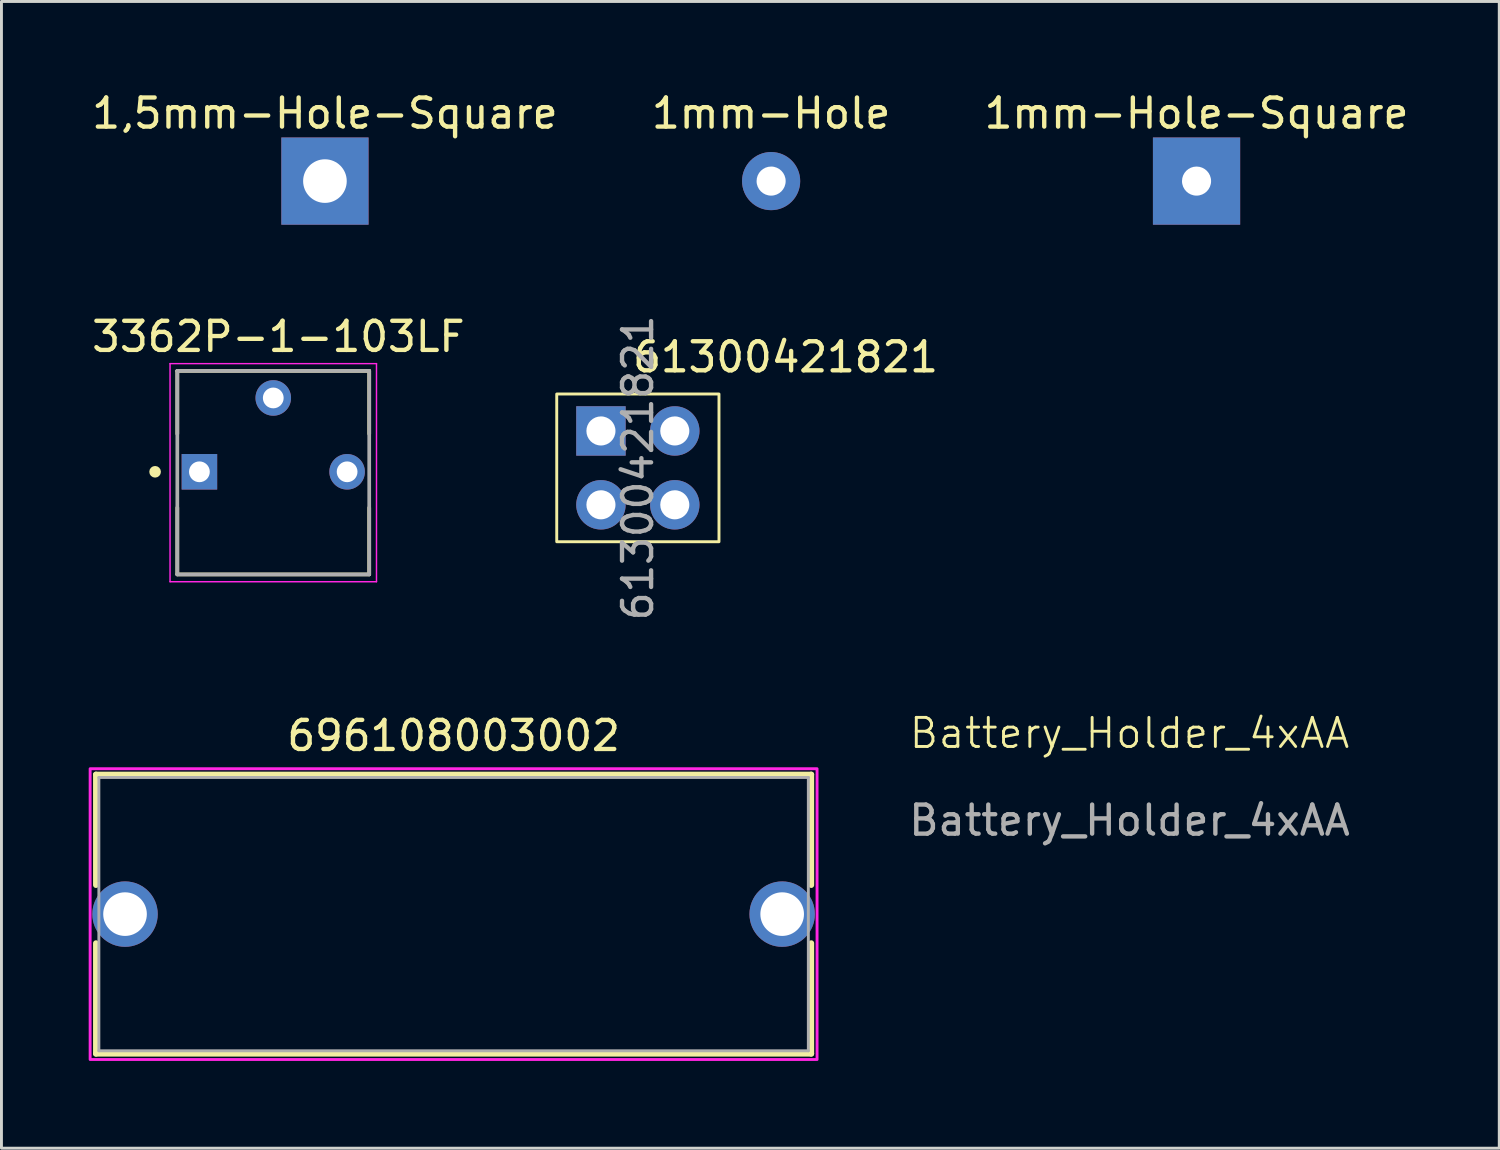
<source format=kicad_pcb>
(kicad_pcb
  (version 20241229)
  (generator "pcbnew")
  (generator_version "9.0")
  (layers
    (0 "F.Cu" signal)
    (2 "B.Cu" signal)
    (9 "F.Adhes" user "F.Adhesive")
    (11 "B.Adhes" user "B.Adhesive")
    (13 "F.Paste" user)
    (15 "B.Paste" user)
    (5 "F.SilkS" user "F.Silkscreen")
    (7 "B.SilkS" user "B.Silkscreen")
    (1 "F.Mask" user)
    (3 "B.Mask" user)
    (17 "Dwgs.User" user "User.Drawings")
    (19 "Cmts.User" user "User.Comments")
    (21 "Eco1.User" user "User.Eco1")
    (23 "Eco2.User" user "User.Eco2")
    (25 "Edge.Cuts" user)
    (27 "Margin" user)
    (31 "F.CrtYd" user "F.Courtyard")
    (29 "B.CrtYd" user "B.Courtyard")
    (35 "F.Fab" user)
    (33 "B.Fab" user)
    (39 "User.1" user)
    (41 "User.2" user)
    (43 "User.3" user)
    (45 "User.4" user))
  (footprint "1mm-Hole-Square"
    (layer "F.Cu")
    (at 38.101 3.178)
    (property "Reference" "1mm-Hole-Square" (at 0 -2.33 0) (layer "F.SilkS") (effects (font (size 1 1) (thickness 0.15))))
    (attr through_hole)
    (pad "1" thru_hole rect (at 0 0) (size 3 3) (drill 1) (layers "*.Cu" "*.Mask")))
  (footprint "3362P-1-103LF"
    (layer "F.Cu")
    (at 6.348 13.176)
    (property "Reference" "3362P-1-103LF" (at 0.175 -4.648 0) (layer "F.SilkS") (effects (font (size 1.003 1.003) (thickness 0.15))))
    (attr through_hole)
    (fp_line (start -3.3 -3.47) (end 3.3 -3.47) (stroke (width 0.127) (type solid)) (layer "F.SilkS"))
    (fp_line (start -3.3 -1.305) (end -3.3 -3.47) (stroke (width 0.127) (type solid)) (layer "F.SilkS"))
    (fp_line (start -3.3 3.52) (end -3.3 1.235) (stroke (width 0.127) (type solid)) (layer "F.SilkS"))
    (fp_line (start 3.3 -3.47) (end 3.3 -1.305) (stroke (width 0.127) (type solid)) (layer "F.SilkS"))
    (fp_line (start 3.3 1.235) (end 3.3 3.52) (stroke (width 0.127) (type solid)) (layer "F.SilkS"))
    (fp_line (start 3.3 3.53) (end -3.3 3.53) (stroke (width 0.127) (type solid)) (layer "F.SilkS"))
    (fp_circle (center -4.064 0) (end -3.964 0) (stroke (width 0.2) (type solid)) (fill no) (layer "F.SilkS"))
    (fp_line (start -3.55 -3.72) (end 3.55 -3.72) (stroke (width 0.05) (type solid)) (layer "F.CrtYd"))
    (fp_line (start -3.55 3.78) (end -3.55 -3.72) (stroke (width 0.05) (type solid)) (layer "F.CrtYd"))
    (fp_line (start 3.55 -3.72) (end 3.55 3.78) (stroke (width 0.05) (type solid)) (layer "F.CrtYd"))
    (fp_line (start 3.55 3.78) (end -3.55 3.78) (stroke (width 0.05) (type solid)) (layer "F.CrtYd"))
    (fp_line (start -3.3 -3.47) (end 3.3 -3.47) (stroke (width 0.127) (type solid)) (layer "F.Fab"))
    (fp_line (start -3.3 3.53) (end -3.3 -3.47) (stroke (width 0.127) (type solid)) (layer "F.Fab"))
    (fp_line (start 3.3 -3.47) (end 3.3 3.53) (stroke (width 0.127) (type solid)) (layer "F.Fab"))
    (fp_line (start 3.3 3.53) (end -3.3 3.53) (stroke (width 0.127) (type solid)) (layer "F.Fab"))
    (pad "1" thru_hole rect (at -2.54 0) (size 1.222 1.222) (drill 0.714) (layers "*.Cu" "*.Mask"))
    (pad "2" thru_hole circle (at 0 -2.54) (size 1.222 1.222) (drill 0.714) (layers "*.Cu" "*.Mask"))
    (pad "3" thru_hole circle (at 2.54 0) (size 1.222 1.222) (drill 0.714) (layers "*.Cu" "*.Mask")))
  (footprint "61300421821"
    (layer "F.Cu")
    (at 18.887 13.041)
    (property "Reference" "61300421821" (at 5.08 -3.81 0) (layer "F.SilkS") (effects (font (size 1 1) (thickness 0.15))))
    (attr through_hole)
    (fp_rect (start 2.79 2.54) (end -2.79 -2.54) (stroke (width 0.1) (type default)) (fill no) (layer "F.SilkS"))
    (fp_text user "${REFERENCE}" (at 0 0 90) (layer "F.Fab") (effects (font (size 1 1) (thickness 0.15))))
    (pad "1" thru_hole rect (at -1.27 -1.27) (size 1.7 1.7) (drill 1) (layers "*.Cu" "*.Mask"))
    (pad "2" thru_hole oval (at -1.27 1.27) (size 1.7 1.7) (drill 1) (layers "*.Cu" "*.Mask"))
    (pad "3" thru_hole oval (at 1.27 1.27) (size 1.7 1.7) (drill 1) (layers "*.Cu" "*.Mask"))
    (pad "4" thru_hole oval (at 1.27 -1.27) (size 1.7 1.7) (drill 1) (layers "*.Cu" "*.Mask")))
  (footprint "Battery_Holder_4xAA"
    (layer "F.Cu")
    (at 35.796 23.665)
    (property "Reference" "Battery_Holder_4xAA" (at 0 -1.5 0) (unlocked yes) (layer "F.SilkS") (effects (font (size 1 1) (thickness 0.1))))
    (attr smd)
    (fp_text user "${REFERENCE}" (at 0 1.5 0) (unlocked yes) (layer "F.Fab") (effects (font (size 1 1) (thickness 0.15)))))
  (footprint "1mm-Hole"
    (layer "F.Cu")
    (at 23.47 3.178)
    (property "Reference" "1mm-Hole" (at 0 -2.33 0) (layer "F.SilkS") (effects (font (size 1 1) (thickness 0.15))))
    (attr through_hole)
    (pad "1" thru_hole circle (at 0 0) (size 2 2) (drill 1) (layers "*.Cu" "*.Mask")))
  (footprint "1,5mm-Hole-Square"
    (layer "F.Cu")
    (at 8.125 3.178)
    (property "Reference" "1,5mm-Hole-Square" (at 0 -2.33 0) (layer "F.SilkS") (effects (font (size 1 1) (thickness 0.15))))
    (attr through_hole)
    (pad "1" thru_hole rect (at 0 0) (size 3 3) (drill 1.5) (layers "*.Cu" "*.Mask")))
  (footprint "696108003002"
    (layer "F.Cu")
    (at 12.55 28.388)
    (property "Reference" "696108003002" (at 0 -6.135 0) (layer "F.SilkS") (effects (font (size 1 1) (thickness 0.15))))
    (attr through_hole)
    (fp_line (start -12.3 -4.8) (end -12.3 -1) (stroke (width 0.2) (type solid)) (layer "F.SilkS"))
    (fp_line (start -12.3 -4.8) (end 12.3 -4.8) (stroke (width 0.2) (type solid)) (layer "F.SilkS"))
    (fp_line (start -12.3 4.8) (end -12.3 1) (stroke (width 0.2) (type solid)) (layer "F.SilkS"))
    (fp_line (start 12.3 -4.8) (end 12.3 -1) (stroke (width 0.2) (type solid)) (layer "F.SilkS"))
    (fp_line (start 12.3 4.8) (end -12.3 4.8) (stroke (width 0.2) (type solid)) (layer "F.SilkS"))
    (fp_line (start 12.3 4.8) (end 12.3 1) (stroke (width 0.2) (type solid)) (layer "F.SilkS"))
    (fp_poly (pts (xy -12.5 -5) (xy 12.5 -5) (xy 12.5 5) (xy -12.5 5)) (stroke (width 0.1) (type solid)) (fill no) (layer "F.CrtYd"))
    (fp_line (start -12.2 -4.7) (end 12.2 -4.7) (stroke (width 0.1) (type solid)) (layer "F.Fab"))
    (fp_line (start -12.2 4.7) (end -12.2 -4.7) (stroke (width 0.1) (type solid)) (layer "F.Fab"))
    (fp_line (start 12.2 -4.7) (end 12.2 4.7) (stroke (width 0.1) (type solid)) (layer "F.Fab"))
    (fp_line (start 12.2 4.7) (end -12.2 4.7) (stroke (width 0.1) (type solid)) (layer "F.Fab"))
    (pad "1" thru_hole circle (at -11.3 0) (size 2.25 2.25) (drill 1.5) (layers "*.Cu" "*.Mask"))
    (pad "2" thru_hole circle (at 11.3 0) (size 2.25 2.25) (drill 1.5) (layers "*.Cu" "*.Mask")))
  (gr_rect
    (start -3 -3)
    (end 48.512 36.438)
    (stroke (width 0.1) (type default))
    (fill no)
    (layer "Edge.Cuts")))
</source>
